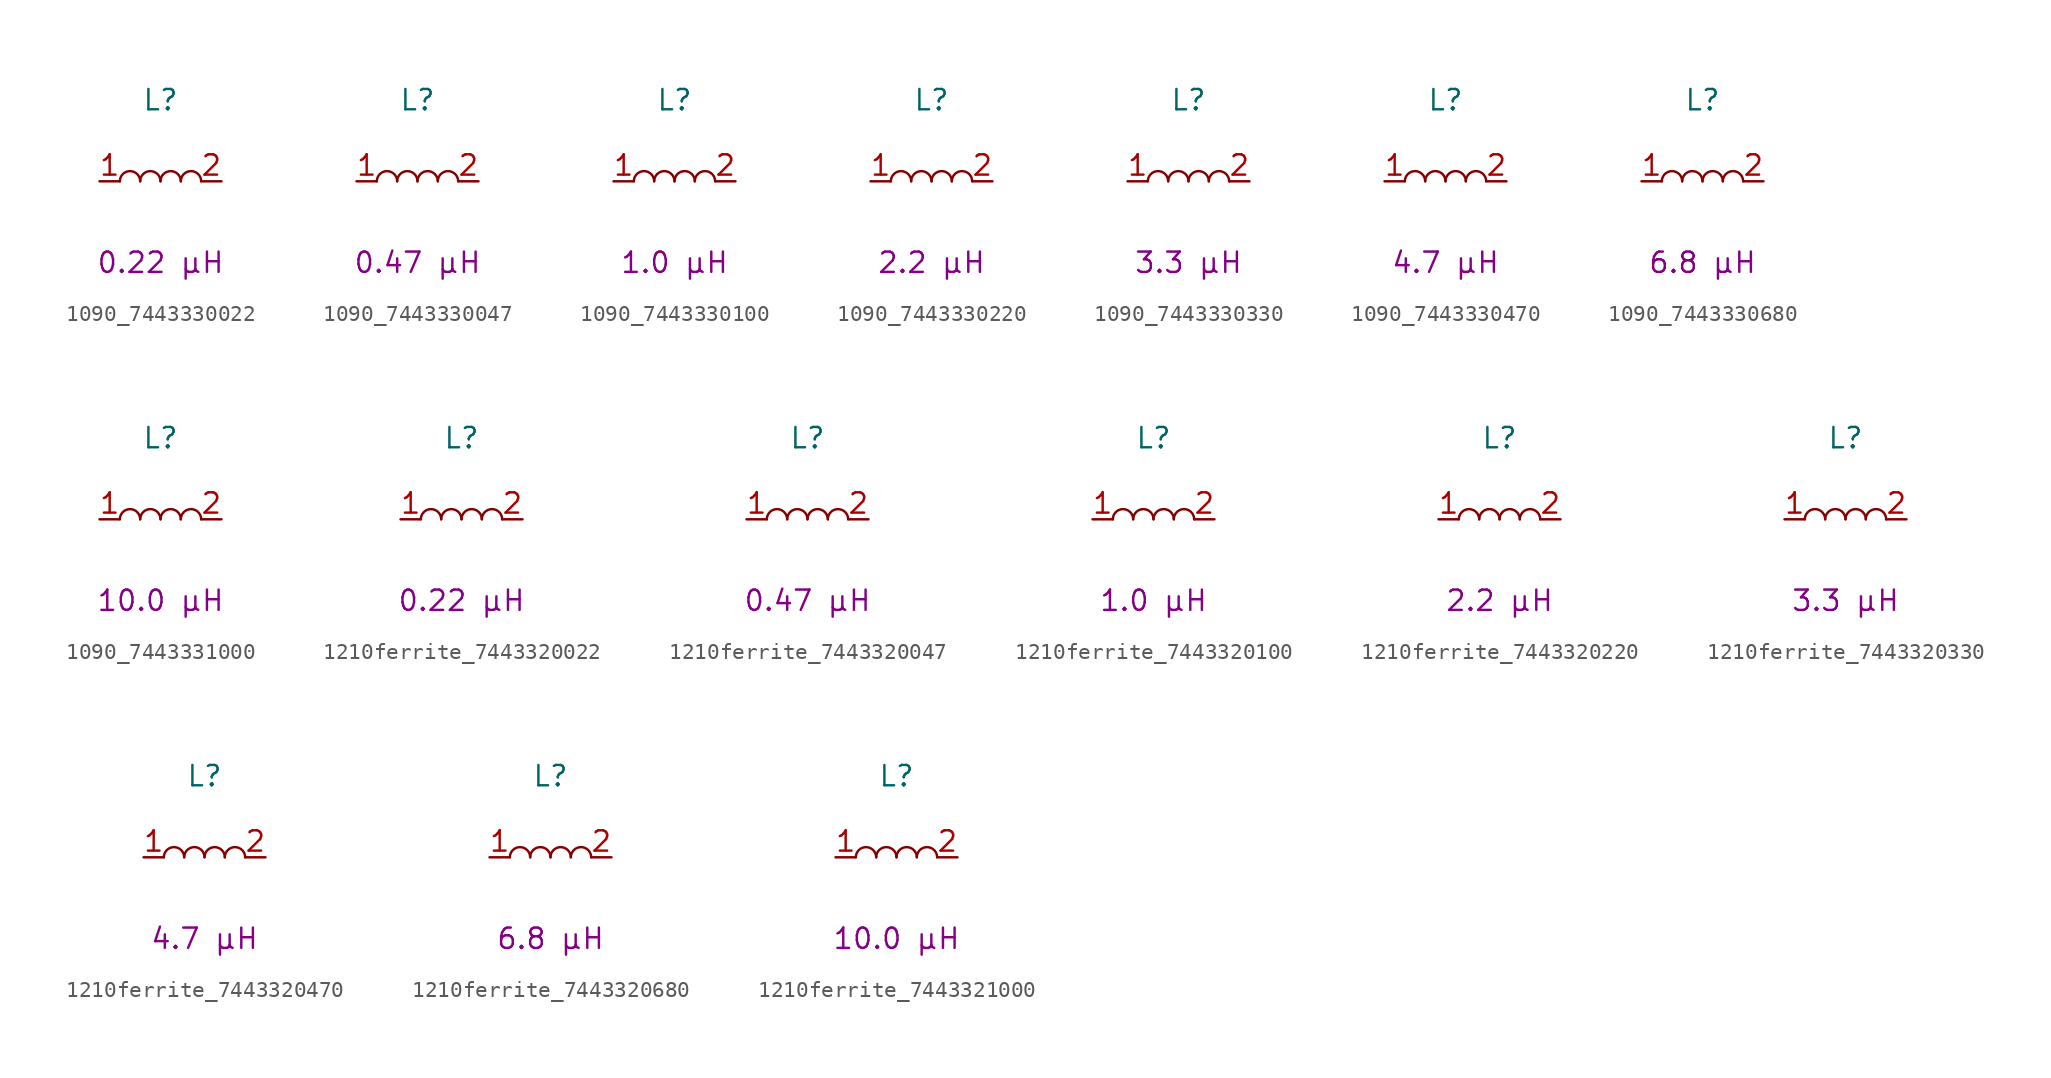
<source format=kicad_sym>
(kicad_symbol_lib
  (version 20220914)
  (generator kicad_symbol_editor)
  (symbol "1090_7443330022"
    (pin_names hide)
    (property "Reference" "L"
      (at 0 5.08 0)
      (effects (font (size 1.27 1.27))))
    (property "Critical Parameter" "0.22 µH"
      (at 0 -5.08 0)
      (effects (font (size 1.27 1.27))))
    (symbol "1090_7443330022_0_1"
      (arc (start -1.27 0) (mid -1.905 0.6323) (end -2.54 0) (stroke (width 0) (type default)) (fill (type none)))
      (arc (start 0 0) (mid -0.635 0.6323) (end -1.27 0) (stroke (width 0) (type default)) (fill (type none)))
      (arc (start 1.27 0) (mid 0.635 0.6323) (end 0 0) (stroke (width 0) (type default)) (fill (type none)))
      (arc (start 2.54 0) (mid 1.905 0.6323) (end 1.27 0) (stroke (width 0) (type default)) (fill (type none))))
    (symbol "1090_7443330022_1_1"
      (pin passive line (at -3.81 0 0) (length 1.27) (name "1" (effects (font (size 1.27 1.27)))) (number "1" (effects (font (size 1.27 1.27)))))
      (pin passive line (at 3.81 0 180) (length 1.27) (name "2" (effects (font (size 1.27 1.27)))) (number "2" (effects (font (size 1.27 1.27)))))))
  (symbol "1090_7443330047"
    (pin_names hide)
    (property "Reference" "L"
      (at 0 5.08 0)
      (effects (font (size 1.27 1.27))))
    (property "Critical Parameter" "0.47 µH"
      (at 0 -5.08 0)
      (effects (font (size 1.27 1.27))))
    (symbol "1090_7443330047_0_1"
      (arc (start -1.27 0) (mid -1.905 0.6323) (end -2.54 0) (stroke (width 0) (type default)) (fill (type none)))
      (arc (start 0 0) (mid -0.635 0.6323) (end -1.27 0) (stroke (width 0) (type default)) (fill (type none)))
      (arc (start 1.27 0) (mid 0.635 0.6323) (end 0 0) (stroke (width 0) (type default)) (fill (type none)))
      (arc (start 2.54 0) (mid 1.905 0.6323) (end 1.27 0) (stroke (width 0) (type default)) (fill (type none))))
    (symbol "1090_7443330047_1_1"
      (pin passive line (at -3.81 0 0) (length 1.27) (name "1" (effects (font (size 1.27 1.27)))) (number "1" (effects (font (size 1.27 1.27)))))
      (pin passive line (at 3.81 0 180) (length 1.27) (name "2" (effects (font (size 1.27 1.27)))) (number "2" (effects (font (size 1.27 1.27)))))))
  (symbol "1090_7443330100"
    (pin_names hide)
    (property "Reference" "L"
      (at 0 5.08 0)
      (effects (font (size 1.27 1.27))))
    (property "Critical Parameter" "1.0 µH"
      (at 0 -5.08 0)
      (effects (font (size 1.27 1.27))))
    (symbol "1090_7443330100_0_1"
      (arc (start -1.27 0) (mid -1.905 0.6323) (end -2.54 0) (stroke (width 0) (type default)) (fill (type none)))
      (arc (start 0 0) (mid -0.635 0.6323) (end -1.27 0) (stroke (width 0) (type default)) (fill (type none)))
      (arc (start 1.27 0) (mid 0.635 0.6323) (end 0 0) (stroke (width 0) (type default)) (fill (type none)))
      (arc (start 2.54 0) (mid 1.905 0.6323) (end 1.27 0) (stroke (width 0) (type default)) (fill (type none))))
    (symbol "1090_7443330100_1_1"
      (pin passive line (at -3.81 0 0) (length 1.27) (name "1" (effects (font (size 1.27 1.27)))) (number "1" (effects (font (size 1.27 1.27)))))
      (pin passive line (at 3.81 0 180) (length 1.27) (name "2" (effects (font (size 1.27 1.27)))) (number "2" (effects (font (size 1.27 1.27)))))))
  (symbol "1090_7443330220"
    (pin_names hide)
    (property "Reference" "L"
      (at 0 5.08 0)
      (effects (font (size 1.27 1.27))))
    (property "Critical Parameter" "2.2 µH"
      (at 0 -5.08 0)
      (effects (font (size 1.27 1.27))))
    (symbol "1090_7443330220_0_1"
      (arc (start -1.27 0) (mid -1.905 0.6323) (end -2.54 0) (stroke (width 0) (type default)) (fill (type none)))
      (arc (start 0 0) (mid -0.635 0.6323) (end -1.27 0) (stroke (width 0) (type default)) (fill (type none)))
      (arc (start 1.27 0) (mid 0.635 0.6323) (end 0 0) (stroke (width 0) (type default)) (fill (type none)))
      (arc (start 2.54 0) (mid 1.905 0.6323) (end 1.27 0) (stroke (width 0) (type default)) (fill (type none))))
    (symbol "1090_7443330220_1_1"
      (pin passive line (at -3.81 0 0) (length 1.27) (name "1" (effects (font (size 1.27 1.27)))) (number "1" (effects (font (size 1.27 1.27)))))
      (pin passive line (at 3.81 0 180) (length 1.27) (name "2" (effects (font (size 1.27 1.27)))) (number "2" (effects (font (size 1.27 1.27)))))))
  (symbol "1090_7443330330"
    (pin_names hide)
    (property "Reference" "L"
      (at 0 5.08 0)
      (effects (font (size 1.27 1.27))))
    (property "Critical Parameter" "3.3 µH"
      (at 0 -5.08 0)
      (effects (font (size 1.27 1.27))))
    (symbol "1090_7443330330_0_1"
      (arc (start -1.27 0) (mid -1.905 0.6323) (end -2.54 0) (stroke (width 0) (type default)) (fill (type none)))
      (arc (start 0 0) (mid -0.635 0.6323) (end -1.27 0) (stroke (width 0) (type default)) (fill (type none)))
      (arc (start 1.27 0) (mid 0.635 0.6323) (end 0 0) (stroke (width 0) (type default)) (fill (type none)))
      (arc (start 2.54 0) (mid 1.905 0.6323) (end 1.27 0) (stroke (width 0) (type default)) (fill (type none))))
    (symbol "1090_7443330330_1_1"
      (pin passive line (at -3.81 0 0) (length 1.27) (name "1" (effects (font (size 1.27 1.27)))) (number "1" (effects (font (size 1.27 1.27)))))
      (pin passive line (at 3.81 0 180) (length 1.27) (name "2" (effects (font (size 1.27 1.27)))) (number "2" (effects (font (size 1.27 1.27)))))))
  (symbol "1090_7443330470"
    (pin_names hide)
    (property "Reference" "L"
      (at 0 5.08 0)
      (effects (font (size 1.27 1.27))))
    (property "Critical Parameter" "4.7 µH"
      (at 0 -5.08 0)
      (effects (font (size 1.27 1.27))))
    (symbol "1090_7443330470_0_1"
      (arc (start -1.27 0) (mid -1.905 0.6323) (end -2.54 0) (stroke (width 0) (type default)) (fill (type none)))
      (arc (start 0 0) (mid -0.635 0.6323) (end -1.27 0) (stroke (width 0) (type default)) (fill (type none)))
      (arc (start 1.27 0) (mid 0.635 0.6323) (end 0 0) (stroke (width 0) (type default)) (fill (type none)))
      (arc (start 2.54 0) (mid 1.905 0.6323) (end 1.27 0) (stroke (width 0) (type default)) (fill (type none))))
    (symbol "1090_7443330470_1_1"
      (pin passive line (at -3.81 0 0) (length 1.27) (name "1" (effects (font (size 1.27 1.27)))) (number "1" (effects (font (size 1.27 1.27)))))
      (pin passive line (at 3.81 0 180) (length 1.27) (name "2" (effects (font (size 1.27 1.27)))) (number "2" (effects (font (size 1.27 1.27)))))))
  (symbol "1090_7443330680"
    (pin_names hide)
    (property "Reference" "L"
      (at 0 5.08 0)
      (effects (font (size 1.27 1.27))))
    (property "Critical Parameter" "6.8 µH"
      (at 0 -5.08 0)
      (effects (font (size 1.27 1.27))))
    (symbol "1090_7443330680_0_1"
      (arc (start -1.27 0) (mid -1.905 0.6323) (end -2.54 0) (stroke (width 0) (type default)) (fill (type none)))
      (arc (start 0 0) (mid -0.635 0.6323) (end -1.27 0) (stroke (width 0) (type default)) (fill (type none)))
      (arc (start 1.27 0) (mid 0.635 0.6323) (end 0 0) (stroke (width 0) (type default)) (fill (type none)))
      (arc (start 2.54 0) (mid 1.905 0.6323) (end 1.27 0) (stroke (width 0) (type default)) (fill (type none))))
    (symbol "1090_7443330680_1_1"
      (pin passive line (at -3.81 0 0) (length 1.27) (name "1" (effects (font (size 1.27 1.27)))) (number "1" (effects (font (size 1.27 1.27)))))
      (pin passive line (at 3.81 0 180) (length 1.27) (name "2" (effects (font (size 1.27 1.27)))) (number "2" (effects (font (size 1.27 1.27)))))))
  (symbol "1090_7443331000"
    (pin_names hide)
    (property "Reference" "L"
      (at 0 5.08 0)
      (effects (font (size 1.27 1.27))))
    (property "Critical Parameter" "10.0 µH"
      (at 0 -5.08 0)
      (effects (font (size 1.27 1.27))))
    (symbol "1090_7443331000_0_1"
      (arc (start -1.27 0) (mid -1.905 0.6323) (end -2.54 0) (stroke (width 0) (type default)) (fill (type none)))
      (arc (start 0 0) (mid -0.635 0.6323) (end -1.27 0) (stroke (width 0) (type default)) (fill (type none)))
      (arc (start 1.27 0) (mid 0.635 0.6323) (end 0 0) (stroke (width 0) (type default)) (fill (type none)))
      (arc (start 2.54 0) (mid 1.905 0.6323) (end 1.27 0) (stroke (width 0) (type default)) (fill (type none))))
    (symbol "1090_7443331000_1_1"
      (pin passive line (at -3.81 0 0) (length 1.27) (name "1" (effects (font (size 1.27 1.27)))) (number "1" (effects (font (size 1.27 1.27)))))
      (pin passive line (at 3.81 0 180) (length 1.27) (name "2" (effects (font (size 1.27 1.27)))) (number "2" (effects (font (size 1.27 1.27)))))))
  (symbol "1210ferrite_7443320022"
    (pin_names hide)
    (property "Reference" "L"
      (at 0 5.08 0)
      (effects (font (size 1.27 1.27))))
    (property "Critical Parameter" "0.22 µH"
      (at 0 -5.08 0)
      (effects (font (size 1.27 1.27))))
    (symbol "1210ferrite_7443320022_0_1"
      (arc (start -1.27 0) (mid -1.905 0.6323) (end -2.54 0) (stroke (width 0) (type default)) (fill (type none)))
      (arc (start 0 0) (mid -0.635 0.6323) (end -1.27 0) (stroke (width 0) (type default)) (fill (type none)))
      (arc (start 1.27 0) (mid 0.635 0.6323) (end 0 0) (stroke (width 0) (type default)) (fill (type none)))
      (arc (start 2.54 0) (mid 1.905 0.6323) (end 1.27 0) (stroke (width 0) (type default)) (fill (type none))))
    (symbol "1210ferrite_7443320022_1_1"
      (pin passive line (at -3.81 0 0) (length 1.27) (name "1" (effects (font (size 1.27 1.27)))) (number "1" (effects (font (size 1.27 1.27)))))
      (pin passive line (at 3.81 0 180) (length 1.27) (name "2" (effects (font (size 1.27 1.27)))) (number "2" (effects (font (size 1.27 1.27)))))))
  (symbol "1210ferrite_7443320047"
    (pin_names hide)
    (property "Reference" "L"
      (at 0 5.08 0)
      (effects (font (size 1.27 1.27))))
    (property "Critical Parameter" "0.47 µH"
      (at 0 -5.08 0)
      (effects (font (size 1.27 1.27))))
    (symbol "1210ferrite_7443320047_0_1"
      (arc (start -1.27 0) (mid -1.905 0.6323) (end -2.54 0) (stroke (width 0) (type default)) (fill (type none)))
      (arc (start 0 0) (mid -0.635 0.6323) (end -1.27 0) (stroke (width 0) (type default)) (fill (type none)))
      (arc (start 1.27 0) (mid 0.635 0.6323) (end 0 0) (stroke (width 0) (type default)) (fill (type none)))
      (arc (start 2.54 0) (mid 1.905 0.6323) (end 1.27 0) (stroke (width 0) (type default)) (fill (type none))))
    (symbol "1210ferrite_7443320047_1_1"
      (pin passive line (at -3.81 0 0) (length 1.27) (name "1" (effects (font (size 1.27 1.27)))) (number "1" (effects (font (size 1.27 1.27)))))
      (pin passive line (at 3.81 0 180) (length 1.27) (name "2" (effects (font (size 1.27 1.27)))) (number "2" (effects (font (size 1.27 1.27)))))))
  (symbol "1210ferrite_7443320100"
    (pin_names hide)
    (property "Reference" "L"
      (at 0 5.08 0)
      (effects (font (size 1.27 1.27))))
    (property "Critical Parameter" "1.0 µH"
      (at 0 -5.08 0)
      (effects (font (size 1.27 1.27))))
    (symbol "1210ferrite_7443320100_0_1"
      (arc (start -1.27 0) (mid -1.905 0.6323) (end -2.54 0) (stroke (width 0) (type default)) (fill (type none)))
      (arc (start 0 0) (mid -0.635 0.6323) (end -1.27 0) (stroke (width 0) (type default)) (fill (type none)))
      (arc (start 1.27 0) (mid 0.635 0.6323) (end 0 0) (stroke (width 0) (type default)) (fill (type none)))
      (arc (start 2.54 0) (mid 1.905 0.6323) (end 1.27 0) (stroke (width 0) (type default)) (fill (type none))))
    (symbol "1210ferrite_7443320100_1_1"
      (pin passive line (at -3.81 0 0) (length 1.27) (name "1" (effects (font (size 1.27 1.27)))) (number "1" (effects (font (size 1.27 1.27)))))
      (pin passive line (at 3.81 0 180) (length 1.27) (name "2" (effects (font (size 1.27 1.27)))) (number "2" (effects (font (size 1.27 1.27)))))))
  (symbol "1210ferrite_7443320220"
    (pin_names hide)
    (property "Reference" "L"
      (at 0 5.08 0)
      (effects (font (size 1.27 1.27))))
    (property "Critical Parameter" "2.2 µH"
      (at 0 -5.08 0)
      (effects (font (size 1.27 1.27))))
    (symbol "1210ferrite_7443320220_0_1"
      (arc (start -1.27 0) (mid -1.905 0.6323) (end -2.54 0) (stroke (width 0) (type default)) (fill (type none)))
      (arc (start 0 0) (mid -0.635 0.6323) (end -1.27 0) (stroke (width 0) (type default)) (fill (type none)))
      (arc (start 1.27 0) (mid 0.635 0.6323) (end 0 0) (stroke (width 0) (type default)) (fill (type none)))
      (arc (start 2.54 0) (mid 1.905 0.6323) (end 1.27 0) (stroke (width 0) (type default)) (fill (type none))))
    (symbol "1210ferrite_7443320220_1_1"
      (pin passive line (at -3.81 0 0) (length 1.27) (name "1" (effects (font (size 1.27 1.27)))) (number "1" (effects (font (size 1.27 1.27)))))
      (pin passive line (at 3.81 0 180) (length 1.27) (name "2" (effects (font (size 1.27 1.27)))) (number "2" (effects (font (size 1.27 1.27)))))))
  (symbol "1210ferrite_7443320330"
    (pin_names hide)
    (property "Reference" "L"
      (at 0 5.08 0)
      (effects (font (size 1.27 1.27))))
    (property "Critical Parameter" "3.3 µH"
      (at 0 -5.08 0)
      (effects (font (size 1.27 1.27))))
    (symbol "1210ferrite_7443320330_0_1"
      (arc (start -1.27 0) (mid -1.905 0.6323) (end -2.54 0) (stroke (width 0) (type default)) (fill (type none)))
      (arc (start 0 0) (mid -0.635 0.6323) (end -1.27 0) (stroke (width 0) (type default)) (fill (type none)))
      (arc (start 1.27 0) (mid 0.635 0.6323) (end 0 0) (stroke (width 0) (type default)) (fill (type none)))
      (arc (start 2.54 0) (mid 1.905 0.6323) (end 1.27 0) (stroke (width 0) (type default)) (fill (type none))))
    (symbol "1210ferrite_7443320330_1_1"
      (pin passive line (at -3.81 0 0) (length 1.27) (name "1" (effects (font (size 1.27 1.27)))) (number "1" (effects (font (size 1.27 1.27)))))
      (pin passive line (at 3.81 0 180) (length 1.27) (name "2" (effects (font (size 1.27 1.27)))) (number "2" (effects (font (size 1.27 1.27)))))))
  (symbol "1210ferrite_7443320470"
    (pin_names hide)
    (property "Reference" "L"
      (at 0 5.08 0)
      (effects (font (size 1.27 1.27))))
    (property "Critical Parameter" "4.7 µH"
      (at 0 -5.08 0)
      (effects (font (size 1.27 1.27))))
    (symbol "1210ferrite_7443320470_0_1"
      (arc (start -1.27 0) (mid -1.905 0.6323) (end -2.54 0) (stroke (width 0) (type default)) (fill (type none)))
      (arc (start 0 0) (mid -0.635 0.6323) (end -1.27 0) (stroke (width 0) (type default)) (fill (type none)))
      (arc (start 1.27 0) (mid 0.635 0.6323) (end 0 0) (stroke (width 0) (type default)) (fill (type none)))
      (arc (start 2.54 0) (mid 1.905 0.6323) (end 1.27 0) (stroke (width 0) (type default)) (fill (type none))))
    (symbol "1210ferrite_7443320470_1_1"
      (pin passive line (at -3.81 0 0) (length 1.27) (name "1" (effects (font (size 1.27 1.27)))) (number "1" (effects (font (size 1.27 1.27)))))
      (pin passive line (at 3.81 0 180) (length 1.27) (name "2" (effects (font (size 1.27 1.27)))) (number "2" (effects (font (size 1.27 1.27)))))))
  (symbol "1210ferrite_7443320680"
    (pin_names hide)
    (property "Reference" "L"
      (at 0 5.08 0)
      (effects (font (size 1.27 1.27))))
    (property "Critical Parameter" "6.8 µH"
      (at 0 -5.08 0)
      (effects (font (size 1.27 1.27))))
    (symbol "1210ferrite_7443320680_0_1"
      (arc (start -1.27 0) (mid -1.905 0.6323) (end -2.54 0) (stroke (width 0) (type default)) (fill (type none)))
      (arc (start 0 0) (mid -0.635 0.6323) (end -1.27 0) (stroke (width 0) (type default)) (fill (type none)))
      (arc (start 1.27 0) (mid 0.635 0.6323) (end 0 0) (stroke (width 0) (type default)) (fill (type none)))
      (arc (start 2.54 0) (mid 1.905 0.6323) (end 1.27 0) (stroke (width 0) (type default)) (fill (type none))))
    (symbol "1210ferrite_7443320680_1_1"
      (pin passive line (at -3.81 0 0) (length 1.27) (name "1" (effects (font (size 1.27 1.27)))) (number "1" (effects (font (size 1.27 1.27)))))
      (pin passive line (at 3.81 0 180) (length 1.27) (name "2" (effects (font (size 1.27 1.27)))) (number "2" (effects (font (size 1.27 1.27)))))))
  (symbol "1210ferrite_7443321000"
    (pin_names hide)
    (property "Reference" "L"
      (at 0 5.08 0)
      (effects (font (size 1.27 1.27))))
    (property "Critical Parameter" "10.0 µH"
      (at 0 -5.08 0)
      (effects (font (size 1.27 1.27))))
    (symbol "1210ferrite_7443321000_0_1"
      (arc (start -1.27 0) (mid -1.905 0.6323) (end -2.54 0) (stroke (width 0) (type default)) (fill (type none)))
      (arc (start 0 0) (mid -0.635 0.6323) (end -1.27 0) (stroke (width 0) (type default)) (fill (type none)))
      (arc (start 1.27 0) (mid 0.635 0.6323) (end 0 0) (stroke (width 0) (type default)) (fill (type none)))
      (arc (start 2.54 0) (mid 1.905 0.6323) (end 1.27 0) (stroke (width 0) (type default)) (fill (type none))))
    (symbol "1210ferrite_7443321000_1_1"
      (pin passive line (at -3.81 0 0) (length 1.27) (name "1" (effects (font (size 1.27 1.27)))) (number "1" (effects (font (size 1.27 1.27)))))
      (pin passive line (at 3.81 0 180) (length 1.27) (name "2" (effects (font (size 1.27 1.27)))) (number "2" (effects (font (size 1.27 1.27))))))))
</source>
